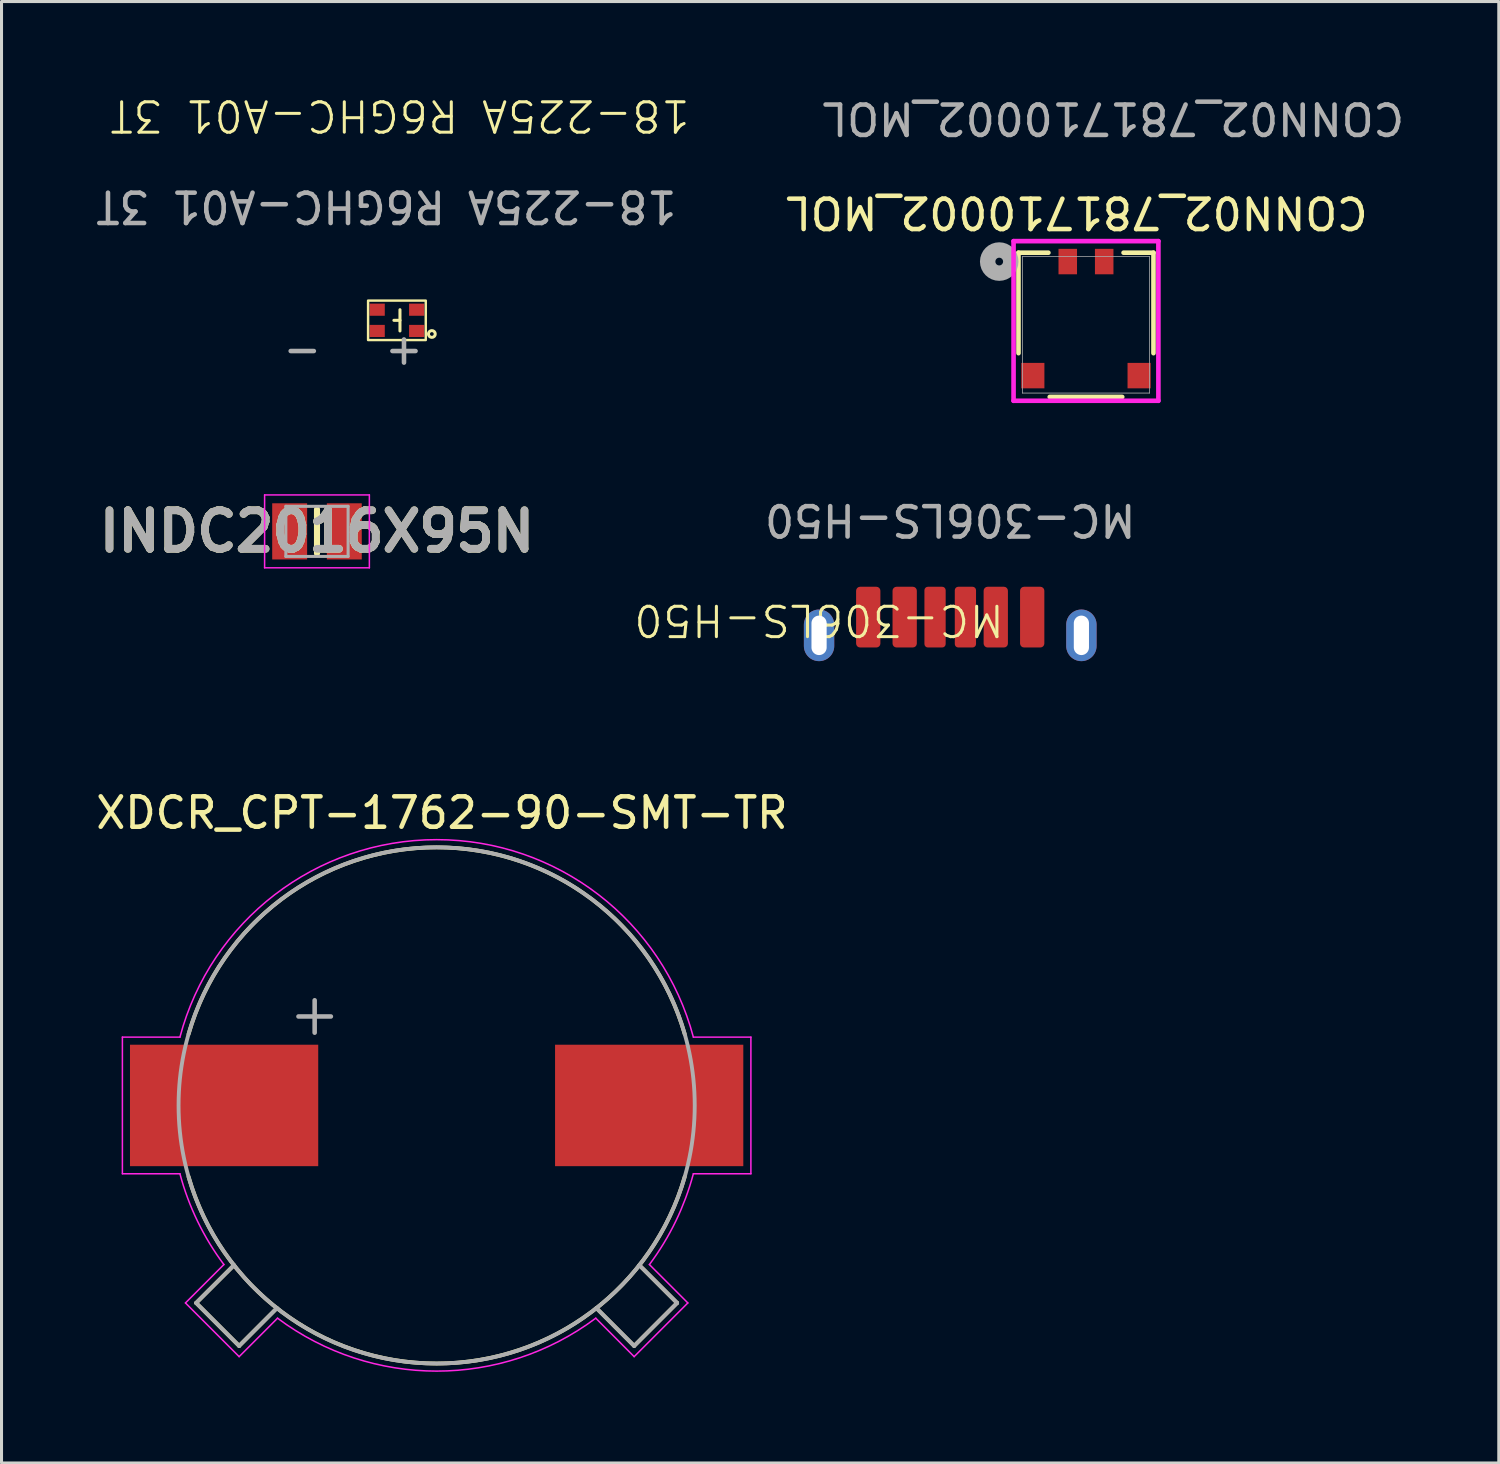
<source format=kicad_pcb>
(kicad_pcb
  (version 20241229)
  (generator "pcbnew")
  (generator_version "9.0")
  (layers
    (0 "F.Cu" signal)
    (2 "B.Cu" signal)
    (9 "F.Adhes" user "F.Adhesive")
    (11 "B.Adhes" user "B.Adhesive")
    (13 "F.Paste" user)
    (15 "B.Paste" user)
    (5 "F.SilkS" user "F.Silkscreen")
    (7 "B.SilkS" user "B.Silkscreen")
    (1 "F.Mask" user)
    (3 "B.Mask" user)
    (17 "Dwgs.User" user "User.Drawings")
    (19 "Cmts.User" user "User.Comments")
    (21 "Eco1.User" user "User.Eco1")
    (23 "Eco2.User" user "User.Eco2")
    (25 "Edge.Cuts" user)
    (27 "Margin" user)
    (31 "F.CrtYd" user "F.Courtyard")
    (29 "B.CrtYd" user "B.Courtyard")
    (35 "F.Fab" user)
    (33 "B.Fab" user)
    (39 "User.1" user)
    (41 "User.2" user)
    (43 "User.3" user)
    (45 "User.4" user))
  (footprint "18-225A R6GHC-A01 3T"
    (layer "F.Cu")
    (at 10.023 7.5)
    (property "Reference" "18-225A R6GHC-A01 3T" (at 0.1 -6.74 180) (unlocked yes) (layer "F.SilkS") (effects (font (size 1 1) (thickness 0.1))))
    (attr smd)
    (fp_line (start 0.1 -0.35) (end 0.1 0.35) (stroke (width 0.1) (type default)) (layer "F.SilkS"))
    (fp_line (start 0.1 0) (end -0.1 0) (stroke (width 0.1) (type default)) (layer "F.SilkS"))
    (fp_circle (center 1.15 0.45) (end 1.25 0.5) (stroke (width 0.1) (type default)) (fill no) (layer "F.SilkS"))
    (fp_poly (pts (xy 0.95 0.65) (xy -0.95 0.65) (xy -0.95 -0.65) (xy 0.95 -0.65)) (stroke (width 0.08) (type default)) (fill no) (layer "F.SilkS"))
    (fp_text user "+" (at 0.95 0.5 180) (unlocked yes) (layer "F.Fab") (effects (font (size 1 1) (thickness 0.15)) (justify left bottom)))
    (fp_text user "-" (at -2.4 0.5 180) (unlocked yes) (layer "F.Fab") (effects (font (size 1 1) (thickness 0.15)) (justify left bottom)))
    (fp_text user "${REFERENCE}" (at -0.35 -3.75 180) (unlocked yes) (layer "F.Fab") (effects (font (size 1 1) (thickness 0.15))))
    (pad "1" smd custom (at 0.65 0.35 180) (size 0.5 0.4) (layers "F.Cu" "F.Mask" "F.Paste") (options (anchor rect)) (primitives))
    (pad "2" smd custom (at 0.65 -0.35 180) (size 0.5 0.4) (layers "F.Cu" "F.Mask" "F.Paste") (options (anchor rect)) (primitives))
    (pad "3" smd custom (at -0.65 -0.35 180) (size 0.5 0.4) (layers "F.Cu" "F.Mask" "F.Paste") (options (anchor rect)) (primitives))
    (pad "4" smd custom (at -0.65 0.35 180) (size 0.5 0.4) (layers "F.Cu" "F.Mask" "F.Paste") (options (anchor rect)) (primitives)))
  (footprint "CONN02_781710002_MOL"
    (layer "F.Cu")
    (at 32.717 7.648)
    (property "Reference" "CONN02_781710002_MOL" (at -0.3 -3.7 180) (unlocked yes) (layer "F.SilkS") (effects (font (size 1 1) (thickness 0.15))))
    (attr smd)
    (fp_line (start -2.223 -2.375) (end -2.222 0.934) (stroke (width 0.152) (type solid)) (layer "F.SilkS"))
    (fp_line (start -1.238 -2.375) (end -2.223 -2.375) (stroke (width 0.152) (type solid)) (layer "F.SilkS"))
    (fp_line (start -1.194 2.375) (end 1.194 2.375) (stroke (width 0.152) (type solid)) (layer "F.SilkS"))
    (fp_line (start 2.223 -2.375) (end 1.238 -2.375) (stroke (width 0.152) (type solid)) (layer "F.SilkS"))
    (fp_line (start 2.223 0.934) (end 2.223 -2.375) (stroke (width 0.152) (type solid)) (layer "F.SilkS"))
    (fp_line (start -2.385 2.502) (end 2.385 2.502) (stroke (width 0.152) (type solid)) (layer "F.CrtYd"))
    (fp_line (start -2.385 -2.756) (end -2.385 2.502) (stroke (width 0.152) (type solid)) (layer "F.CrtYd"))
    (fp_line (start 2.385 -2.756) (end -2.385 -2.756) (stroke (width 0.152) (type solid)) (layer "F.CrtYd"))
    (fp_line (start 2.385 2.502) (end 2.385 -2.756) (stroke (width 0.152) (type solid)) (layer "F.CrtYd"))
    (fp_line (start -2.095 2.248) (end 2.095 2.248) (stroke (width 0.025) (type solid)) (layer "F.Fab"))
    (fp_line (start -2.095 -2.248) (end -2.095 2.248) (stroke (width 0.025) (type solid)) (layer "F.Fab"))
    (fp_line (start 2.095 2.248) (end 2.095 -2.248) (stroke (width 0.025) (type solid)) (layer "F.Fab"))
    (fp_line (start 2.095 -2.248) (end -2.095 -2.248) (stroke (width 0.025) (type solid)) (layer "F.Fab"))
    (fp_circle (center -2.857 -2.083) (end -2.476 -2.083) (stroke (width 0.508) (type solid)) (fill no) (layer "F.Fab"))
    (fp_text user "${REFERENCE}" (at 0.9 -6.8 180) (unlocked yes) (layer "F.Fab") (effects (font (size 1 1) (thickness 0.15))))
    (pad "1" smd rect (at 0.6 -2.083 180) (size 0.61 0.838) (layers "F.Cu" "F.Mask" "F.Paste"))
    (pad "2" smd rect (at -0.6 -2.083 180) (size 0.61 0.838) (layers "F.Cu" "F.Mask" "F.Paste"))
    (pad "3" smd rect (at -1.75 1.673 180) (size 0.762 0.838) (layers "F.Cu" "F.Mask" "F.Paste"))
    (pad "4" smd rect (at 1.75 1.673 180) (size 0.762 0.838) (layers "F.Cu" "F.Mask" "F.Paste")))
  (footprint "MC-306LS-H50"
    (layer "F.Cu")
    (at 28.246 17.875)
    (property "Reference" "MC-306LS-H50" (at -4.32 -0.5 180) (unlocked yes) (layer "F.SilkS") (effects (font (size 1 1) (thickness 0.1))))
    (attr smd)
    (fp_line (start -4.32 0) (end 4.32 0) (stroke (width 0.1) (type default)) (layer "Eco1.User"))
    (fp_line (start -0.5 -1.6) (end 0.5 -1.6) (stroke (width 0.1) (type default)) (layer "Eco1.User"))
    (fp_line (start 0 0) (end 0 1.95) (stroke (width 0.1) (type default)) (layer "Eco1.User"))
    (fp_text user "${REFERENCE}" (at 0 -3.8 180) (unlocked yes) (layer "F.Fab") (effects (font (size 1 1) (thickness 0.15))))
    (pad "8" thru_hole oval (at -4.32 0 180) (size 1 1.7) (drill oval 0.5 1.3) (layers "*.Cu" "B.Mask"))
    (pad "9" thru_hole oval (at 4.32 0 180) (size 1 1.7) (drill oval 0.5 1.3) (layers "*.Cu" "B.Mask"))
    (pad "A5" connect roundrect (at -0.5 -0.6 180) (size 0.7 2) (layers "F.Cu" "F.Mask") (roundrect_rratio 0.164))
    (pad "A9" connect roundrect (at 1.5 -0.6 180) (size 0.8 2) (layers "F.Cu" "F.Mask") (roundrect_rratio 0.164))
    (pad "A12" connect roundrect (at 2.7 -0.6 180) (size 0.8 2) (layers "F.Cu" "F.Mask") (roundrect_rratio 0.164))
    (pad "B5" connect roundrect (at 0.5 -0.6 180) (size 0.7 2) (layers "F.Cu" "F.Mask") (roundrect_rratio 0.164))
    (pad "B9" connect roundrect (at -1.5 -0.6 180) (size 0.8 2) (layers "F.Cu" "F.Mask") (roundrect_rratio 0.164))
    (pad "B12" connect roundrect (at -2.7 -0.6 180) (size 0.8 2) (layers "F.Cu" "F.Mask") (roundrect_rratio 0.164)))
  (footprint "XDCR_CPT-1762-90-SMT-TR"
    (layer "F.Cu")
    (at 11.331 33.358)
    (property "Reference" "XDCR_CPT-1762-90-SMT-TR" (at 0.175 -9.635 0) (layer "F.SilkS") (effects (font (size 1 1) (thickness 0.15))))
    (attr smd)
    (fp_line (start -7.92 6.505) (end -6.505 7.92) (stroke (width 0.127) (type solid)) (layer "F.SilkS"))
    (fp_line (start -6.675 5.261) (end -7.92 6.505) (stroke (width 0.127) (type solid)) (layer "F.SilkS"))
    (fp_line (start -6.505 7.92) (end -5.261 6.675) (stroke (width 0.127) (type solid)) (layer "F.SilkS"))
    (fp_line (start 5.261 6.675) (end 6.505 7.92) (stroke (width 0.127) (type solid)) (layer "F.SilkS"))
    (fp_line (start 6.505 7.92) (end 7.92 6.505) (stroke (width 0.127) (type solid)) (layer "F.SilkS"))
    (fp_line (start 7.92 6.505) (end 6.675 5.261) (stroke (width 0.127) (type solid)) (layer "F.SilkS"))
    (fp_arc (start -8.17 -2.350001) (mid 0.000002 -8.50006) (end 8.170002 -2.349999) (stroke (width 0.127) (type solid)) (layer "F.SilkS"))
    (fp_arc (start 8.17 2.350001) (mid -0.000002 8.50006) (end -8.170002 2.349999) (stroke (width 0.127) (type solid)) (layer "F.SilkS"))
    (fp_line (start -10.35 -2.25) (end -10.35 2.25) (stroke (width 0.05) (type solid)) (layer "F.CrtYd"))
    (fp_line (start -10.35 2.25) (end -8.455 2.25) (stroke (width 0.05) (type solid)) (layer "F.CrtYd"))
    (fp_line (start -8.455 -2.25) (end -10.35 -2.25) (stroke (width 0.05) (type solid)) (layer "F.CrtYd"))
    (fp_line (start -8.273 6.505) (end -6.505 8.273) (stroke (width 0.05) (type solid)) (layer "F.CrtYd"))
    (fp_line (start -7.007 5.24) (end -8.273 6.505) (stroke (width 0.05) (type solid)) (layer "F.CrtYd"))
    (fp_line (start -6.505 8.273) (end -5.24 7.007) (stroke (width 0.05) (type solid)) (layer "F.CrtYd"))
    (fp_line (start 5.24 7.007) (end 6.505 8.273) (stroke (width 0.05) (type solid)) (layer "F.CrtYd"))
    (fp_line (start 6.505 8.273) (end 8.273 6.505) (stroke (width 0.05) (type solid)) (layer "F.CrtYd"))
    (fp_line (start 8.273 6.505) (end 7.007 5.24) (stroke (width 0.05) (type solid)) (layer "F.CrtYd"))
    (fp_line (start 8.455 2.25) (end 10.35 2.25) (stroke (width 0.05) (type solid)) (layer "F.CrtYd"))
    (fp_line (start 10.35 -2.25) (end 8.455 -2.25) (stroke (width 0.05) (type solid)) (layer "F.CrtYd"))
    (fp_line (start 10.35 2.25) (end 10.35 -2.25) (stroke (width 0.05) (type solid)) (layer "F.CrtYd"))
    (fp_arc (start -8.455298 -2.249996) (mid -0.000001 -8.753881) (end 8.455302 -2.250004) (stroke (width 0.05) (type solid)) (layer "F.CrtYd"))
    (fp_arc (start -7.007487 5.24) (mid -7.874564 3.814328) (end -8.455302 2.250004) (stroke (width 0.05) (type solid)) (layer "F.CrtYd"))
    (fp_arc (start 5.239663 7.007418) (mid 0.000003 8.749831) (end -5.239657 7.00742) (stroke (width 0.05) (type solid)) (layer "F.CrtYd"))
    (fp_arc (start 8.455295 2.250004) (mid 7.874667 3.81438) (end 7.007488 5.240003) (stroke (width 0.05) (type solid)) (layer "F.CrtYd"))
    (fp_line (start -7.92 6.505) (end -6.505 7.92) (stroke (width 0.127) (type solid)) (layer "F.Fab"))
    (fp_line (start -6.675 5.261) (end -7.92 6.505) (stroke (width 0.127) (type solid)) (layer "F.Fab"))
    (fp_line (start -6.505 7.92) (end -5.261 6.675) (stroke (width 0.127) (type solid)) (layer "F.Fab"))
    (fp_line (start 5.261 6.675) (end 6.505 7.92) (stroke (width 0.127) (type solid)) (layer "F.Fab"))
    (fp_line (start 6.505 7.92) (end 7.92 6.505) (stroke (width 0.127) (type solid)) (layer "F.Fab"))
    (fp_line (start 7.92 6.505) (end 6.675 5.261) (stroke (width 0.127) (type solid)) (layer "F.Fab"))
    (fp_circle (center 0 0) (end 8.5 -0.000001) (stroke (width 0.127) (type solid)) (fill no) (layer "F.Fab"))
    (fp_text user "+" (at -4.124 -2.93 90) (layer "F.Fab") (effects (font (size 1.4 1.4) (thickness 0.15))))
    (pad "N" smd rect (at 7 0) (size 6.2 4) (layers "F.Cu" "F.Mask" "F.Paste"))
    (pad "P" smd rect (at -7 0) (size 6.2 4) (layers "F.Cu" "F.Mask" "F.Paste")))
  (footprint "INDC2016X95N"
    (layer "F.Cu")
    (at 7.39 14.451)
    (property "Reference" "INDC2016X95N" (at 0 0 180) (layer "F.SilkS") (effects (font (size 1.27 1.27) (thickness 0.254))))
    (attr smd)
    (fp_line (start 0 -0.725) (end 0 0.725) (stroke (width 0.2) (type solid)) (layer "F.SilkS"))
    (fp_line (start -1.725 -1.2) (end 1.725 -1.2) (stroke (width 0.05) (type solid)) (layer "F.CrtYd"))
    (fp_line (start -1.725 1.2) (end -1.725 -1.2) (stroke (width 0.05) (type solid)) (layer "F.CrtYd"))
    (fp_line (start 1.725 -1.2) (end 1.725 1.2) (stroke (width 0.05) (type solid)) (layer "F.CrtYd"))
    (fp_line (start 1.725 1.2) (end -1.725 1.2) (stroke (width 0.05) (type solid)) (layer "F.CrtYd"))
    (fp_line (start -1.025 0.825) (end -1.025 -0.825) (stroke (width 0.1) (type solid)) (layer "F.Fab"))
    (fp_line (start -1.025 -0.825) (end 1.025 -0.825) (stroke (width 0.1) (type solid)) (layer "F.Fab"))
    (fp_line (start 1.025 0.825) (end -1.025 0.825) (stroke (width 0.1) (type solid)) (layer "F.Fab"))
    (fp_line (start 1.025 -0.825) (end 1.025 0.825) (stroke (width 0.1) (type solid)) (layer "F.Fab"))
    (fp_text user "${REFERENCE}" (at 0 0 180) (layer "F.Fab") (effects (font (size 1.27 1.27) (thickness 0.254))))
    (pad "1" smd rect (at -0.9 0) (size 1.15 1.85) (layers "F.Cu" "F.Mask" "F.Paste"))
    (pad "2" smd rect (at 0.9 0) (size 1.15 1.85) (layers "F.Cu" "F.Mask" "F.Paste")))
  (gr_rect
    (start -3 -3)
    (end 46.313 45.133)
    (stroke (width 0.1) (type default))
    (fill no)
    (layer "Edge.Cuts")))
</source>
